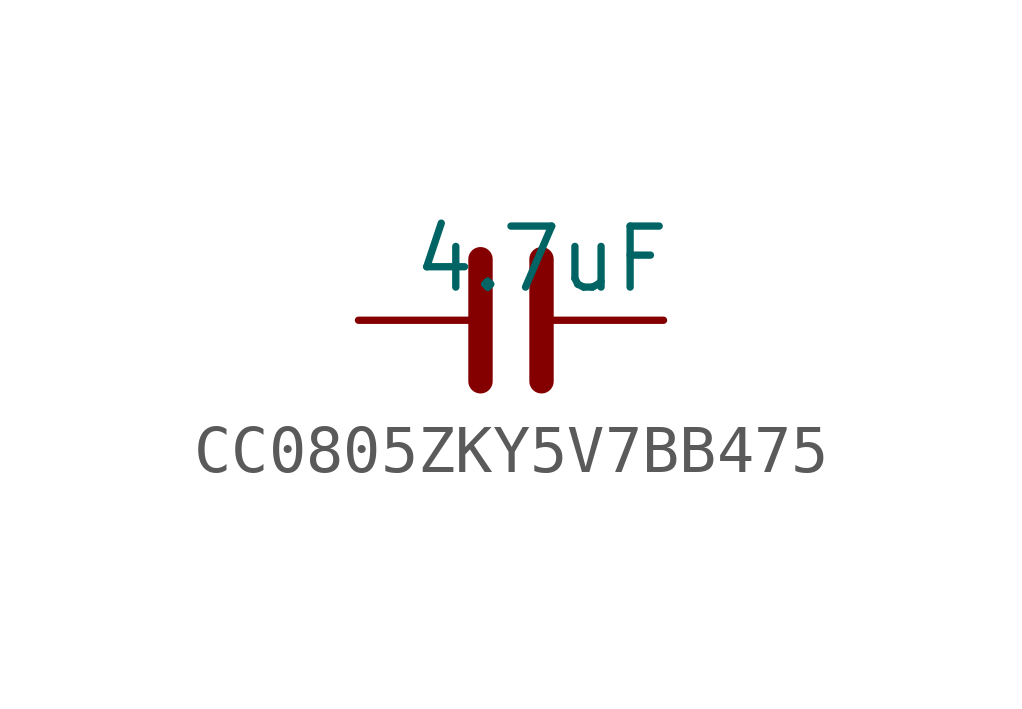
<source format=kicad_sym>
(kicad_symbol_lib
  (version 20231120)
  (generator "kicad_symbol_editor")
  (generator_version "8.0")
  (symbol "CC0805ZKY5V7BB475"
    (pin_numbers hide)
    (property "Reference" "C"
      (at 0 3.81 0)
      (effects (font (size 1.27 1.27)) (hide yes)))
    (property "Value" "4.7uF"
      (at 1.27 1.27 0)
      (effects (font (size 1.27 1.27))))
    (symbol "CC0805ZKY5V7BB475_1_1"
      (polyline (pts (xy 0 1.27) (xy 0 -1.27)) (stroke (width 0.508) (type default)) (fill (type none)))
      (polyline (pts (xy 1.27 1.27) (xy 1.27 -1.27)) (stroke (width 0.508) (type default)) (fill (type none)))
      (pin passive line (at -2.54 0 0) (length 2.54) (name "" (effects (font (size 1.27 1.27)))) (number "1" (effects (font (size 1.27 1.27)))))
      (pin passive line (at 3.81 0 180) (length 2.54) (name "" (effects (font (size 1.27 1.27)))) (number "2" (effects (font (size 1.27 1.27))))))))
</source>
